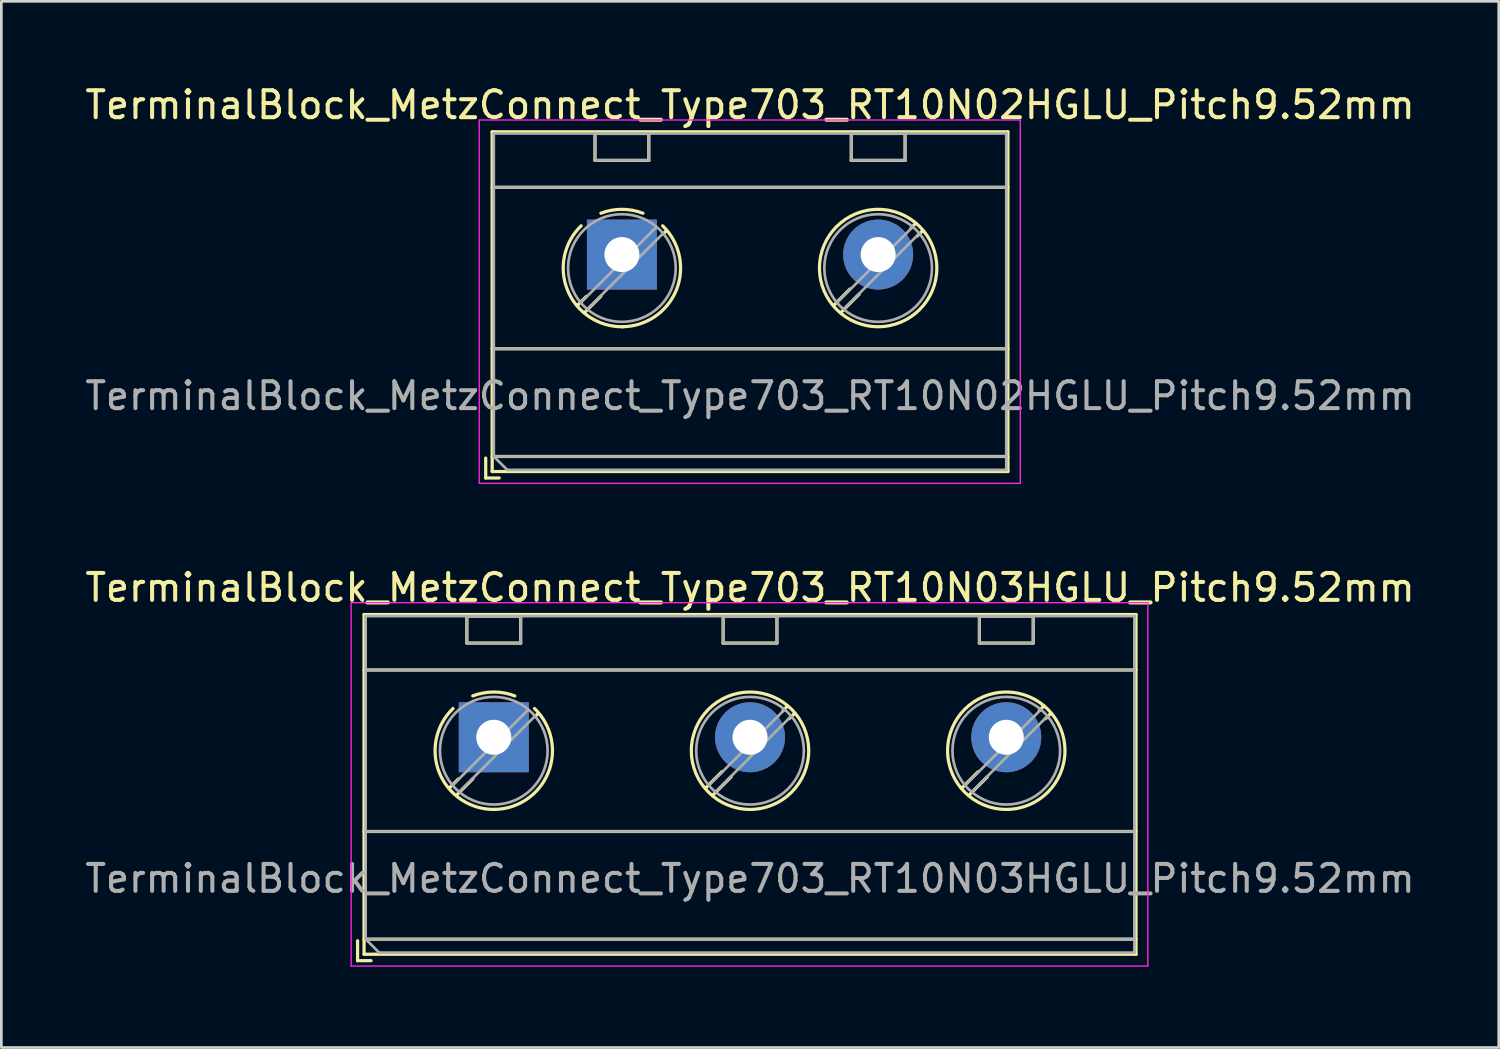
<source format=kicad_pcb>
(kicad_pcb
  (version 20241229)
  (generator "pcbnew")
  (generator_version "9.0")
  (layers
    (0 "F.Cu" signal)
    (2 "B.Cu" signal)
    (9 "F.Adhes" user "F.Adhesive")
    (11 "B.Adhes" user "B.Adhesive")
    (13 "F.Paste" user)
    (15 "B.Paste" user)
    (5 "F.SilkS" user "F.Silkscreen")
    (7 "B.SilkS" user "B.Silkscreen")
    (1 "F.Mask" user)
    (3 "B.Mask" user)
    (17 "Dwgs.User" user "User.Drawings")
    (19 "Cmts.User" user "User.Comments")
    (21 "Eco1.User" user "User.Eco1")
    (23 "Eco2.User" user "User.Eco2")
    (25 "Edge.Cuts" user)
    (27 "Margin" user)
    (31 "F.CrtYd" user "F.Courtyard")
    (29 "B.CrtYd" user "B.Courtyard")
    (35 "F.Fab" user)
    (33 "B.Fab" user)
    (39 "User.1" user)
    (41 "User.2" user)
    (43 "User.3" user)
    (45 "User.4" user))
  (footprint "TerminalBlock_MetzConnect_Type703_RT10N03HGLU_Pitch9.52mm"
    (layer "F.Cu")
    (at 15.295 24.341)
    (property "Reference" "TerminalBlock_MetzConnect_Type703_RT10N03HGLU_Pitch9.52mm" (at 9.52 -5.56 0) (layer "F.SilkS") (effects (font (size 1 1) (thickness 0.15))))
    (attr through_hole)
    (fp_line (start -5.06 7.56) (end -5.06 8.3) (stroke (width 0.12) (type solid)) (layer "F.SilkS"))
    (fp_line (start -5.06 8.3) (end -4.56 8.3) (stroke (width 0.12) (type solid)) (layer "F.SilkS"))
    (fp_line (start -4.82 -4.56) (end -4.82 8.06) (stroke (width 0.12) (type solid)) (layer "F.SilkS"))
    (fp_line (start -4.82 -2.5) (end 23.86 -2.5) (stroke (width 0.12) (type solid)) (layer "F.SilkS"))
    (fp_line (start -4.82 3.5) (end 23.86 3.5) (stroke (width 0.12) (type solid)) (layer "F.SilkS"))
    (fp_line (start -4.82 7.5) (end 23.86 7.5) (stroke (width 0.12) (type solid)) (layer "F.SilkS"))
    (fp_line (start -4.82 8.06) (end 23.86 8.06) (stroke (width 0.12) (type solid)) (layer "F.SilkS"))
    (fp_line (start -1.32 1.553) (end -1.654 1.888) (stroke (width 0.12) (type solid)) (layer "F.SilkS"))
    (fp_line (start -1 -4.5) (end -1 -3.5) (stroke (width 0.12) (type solid)) (layer "F.SilkS"))
    (fp_line (start -1 -4.5) (end 1 -4.5) (stroke (width 0.12) (type solid)) (layer "F.SilkS"))
    (fp_line (start -1 -3.5) (end 1 -3.5) (stroke (width 0.12) (type solid)) (layer "F.SilkS"))
    (fp_line (start -0.78 1.546) (end -1.388 2.154) (stroke (width 0.12) (type solid)) (layer "F.SilkS"))
    (fp_line (start 1 -4.5) (end 1 -3.5) (stroke (width 0.12) (type solid)) (layer "F.SilkS"))
    (fp_line (start 1.654 -0.888) (end 1.547 -0.781) (stroke (width 0.12) (type solid)) (layer "F.SilkS"))
    (fp_line (start 8.475 1.279) (end 7.867 1.888) (stroke (width 0.12) (type solid)) (layer "F.SilkS"))
    (fp_line (start 8.52 -4.5) (end 8.52 -3.5) (stroke (width 0.12) (type solid)) (layer "F.SilkS"))
    (fp_line (start 8.52 -4.5) (end 10.52 -4.5) (stroke (width 0.12) (type solid)) (layer "F.SilkS"))
    (fp_line (start 8.52 -3.5) (end 10.52 -3.5) (stroke (width 0.12) (type solid)) (layer "F.SilkS"))
    (fp_line (start 8.817 1.47) (end 8.133 2.154) (stroke (width 0.12) (type solid)) (layer "F.SilkS"))
    (fp_line (start 10.52 -4.5) (end 10.52 -3.5) (stroke (width 0.12) (type solid)) (layer "F.SilkS"))
    (fp_line (start 10.908 -1.154) (end 10.741 -0.986) (stroke (width 0.12) (type solid)) (layer "F.SilkS"))
    (fp_line (start 11.174 -0.888) (end 10.976 -0.69) (stroke (width 0.12) (type solid)) (layer "F.SilkS"))
    (fp_line (start 17.995 1.279) (end 17.387 1.888) (stroke (width 0.12) (type solid)) (layer "F.SilkS"))
    (fp_line (start 18.04 -4.5) (end 18.04 -3.5) (stroke (width 0.12) (type solid)) (layer "F.SilkS"))
    (fp_line (start 18.04 -4.5) (end 20.04 -4.5) (stroke (width 0.12) (type solid)) (layer "F.SilkS"))
    (fp_line (start 18.04 -3.5) (end 20.04 -3.5) (stroke (width 0.12) (type solid)) (layer "F.SilkS"))
    (fp_line (start 18.337 1.47) (end 17.653 2.154) (stroke (width 0.12) (type solid)) (layer "F.SilkS"))
    (fp_line (start 20.04 -4.5) (end 20.04 -3.5) (stroke (width 0.12) (type solid)) (layer "F.SilkS"))
    (fp_line (start 20.428 -1.154) (end 20.261 -0.986) (stroke (width 0.12) (type solid)) (layer "F.SilkS"))
    (fp_line (start 20.694 -0.888) (end 20.496 -0.69) (stroke (width 0.12) (type solid)) (layer "F.SilkS"))
    (fp_line (start 23.86 -4.56) (end -4.82 -4.56) (stroke (width 0.12) (type solid)) (layer "F.SilkS"))
    (fp_line (start 23.86 8.06) (end 23.86 -4.56) (stroke (width 0.12) (type solid)) (layer "F.SilkS"))
    (fp_arc (start -0.781211 -1.536303) (mid 0.000423 -1.681014) (end 0.782 -1.536) (stroke (width 0.12) (type solid)) (layer "F.SilkS"))
    (fp_arc (start 0.037945 2.680721) (mid -2.015074 1.334542) (end -1.515 -1.069) (stroke (width 0.12) (type solid)) (layer "F.SilkS"))
    (fp_arc (start 1.514355 -1.068161) (mid 2.021261 1.316642) (end 0 2.68) (stroke (width 0.12) (type solid)) (layer "F.SilkS"))
    (fp_circle (center 9.52 0.5) (end 11.7 0.5) (stroke (width 0.12) (type solid)) (fill no) (layer "F.SilkS"))
    (fp_circle (center 19.04 0.5) (end 21.22 0.5) (stroke (width 0.12) (type solid)) (fill no) (layer "F.SilkS"))
    (fp_line (start -5.3 -5) (end -5.3 8.5) (stroke (width 0.05) (type solid)) (layer "F.CrtYd"))
    (fp_line (start -5.3 8.5) (end 24.3 8.5) (stroke (width 0.05) (type solid)) (layer "F.CrtYd"))
    (fp_line (start 24.3 -5) (end -5.3 -5) (stroke (width 0.05) (type solid)) (layer "F.CrtYd"))
    (fp_line (start 24.3 8.5) (end 24.3 -5) (stroke (width 0.05) (type solid)) (layer "F.CrtYd"))
    (fp_line (start -4.76 -4.5) (end 23.8 -4.5) (stroke (width 0.1) (type solid)) (layer "F.Fab"))
    (fp_line (start -4.76 -2.5) (end 23.8 -2.5) (stroke (width 0.1) (type solid)) (layer "F.Fab"))
    (fp_line (start -4.76 3.5) (end 23.8 3.5) (stroke (width 0.1) (type solid)) (layer "F.Fab"))
    (fp_line (start -4.76 7.5) (end -4.76 -4.5) (stroke (width 0.1) (type solid)) (layer "F.Fab"))
    (fp_line (start -4.76 7.5) (end 23.8 7.5) (stroke (width 0.1) (type solid)) (layer "F.Fab"))
    (fp_line (start -4.26 8) (end -4.76 7.5) (stroke (width 0.1) (type solid)) (layer "F.Fab"))
    (fp_line (start -1 -4.5) (end -1 -3.5) (stroke (width 0.1) (type solid)) (layer "F.Fab"))
    (fp_line (start -1 -3.5) (end 1 -3.5) (stroke (width 0.1) (type solid)) (layer "F.Fab"))
    (fp_line (start 1 -4.5) (end -1 -4.5) (stroke (width 0.1) (type solid)) (layer "F.Fab"))
    (fp_line (start 1 -3.5) (end 1 -4.5) (stroke (width 0.1) (type solid)) (layer "F.Fab"))
    (fp_line (start 1.273 -1.017) (end -1.517 1.773) (stroke (width 0.1) (type solid)) (layer "F.Fab"))
    (fp_line (start 1.517 -0.773) (end -1.273 2.017) (stroke (width 0.1) (type solid)) (layer "F.Fab"))
    (fp_line (start 8.52 -4.5) (end 8.52 -3.5) (stroke (width 0.1) (type solid)) (layer "F.Fab"))
    (fp_line (start 8.52 -3.5) (end 10.52 -3.5) (stroke (width 0.1) (type solid)) (layer "F.Fab"))
    (fp_line (start 10.52 -4.5) (end 8.52 -4.5) (stroke (width 0.1) (type solid)) (layer "F.Fab"))
    (fp_line (start 10.52 -3.5) (end 10.52 -4.5) (stroke (width 0.1) (type solid)) (layer "F.Fab"))
    (fp_line (start 10.793 -1.017) (end 8.004 1.773) (stroke (width 0.1) (type solid)) (layer "F.Fab"))
    (fp_line (start 11.037 -0.773) (end 8.248 2.017) (stroke (width 0.1) (type solid)) (layer "F.Fab"))
    (fp_line (start 18.04 -4.5) (end 18.04 -3.5) (stroke (width 0.1) (type solid)) (layer "F.Fab"))
    (fp_line (start 18.04 -3.5) (end 20.04 -3.5) (stroke (width 0.1) (type solid)) (layer "F.Fab"))
    (fp_line (start 20.04 -4.5) (end 18.04 -4.5) (stroke (width 0.1) (type solid)) (layer "F.Fab"))
    (fp_line (start 20.04 -3.5) (end 20.04 -4.5) (stroke (width 0.1) (type solid)) (layer "F.Fab"))
    (fp_line (start 20.313 -1.017) (end 17.524 1.773) (stroke (width 0.1) (type solid)) (layer "F.Fab"))
    (fp_line (start 20.557 -0.773) (end 17.768 2.017) (stroke (width 0.1) (type solid)) (layer "F.Fab"))
    (fp_line (start 23.8 -4.5) (end 23.8 8) (stroke (width 0.1) (type solid)) (layer "F.Fab"))
    (fp_line (start 23.8 8) (end -4.26 8) (stroke (width 0.1) (type solid)) (layer "F.Fab"))
    (fp_circle (center 0 0.5) (end 2 0.5) (stroke (width 0.1) (type solid)) (fill no) (layer "F.Fab"))
    (fp_circle (center 9.52 0.5) (end 11.52 0.5) (stroke (width 0.1) (type solid)) (fill no) (layer "F.Fab"))
    (fp_circle (center 19.04 0.5) (end 21.04 0.5) (stroke (width 0.1) (type solid)) (fill no) (layer "F.Fab"))
    (fp_text user "${REFERENCE}" (at 9.52 5.25 0) (layer "F.Fab") (effects (font (size 1 1) (thickness 0.15))))
    (pad "1" thru_hole rect (at 0 0) (size 2.6 2.6) (drill 1.3) (layers "*.Cu" "*.Mask"))
    (pad "2" thru_hole circle (at 9.52 0) (size 2.6 2.6) (drill 1.3) (layers "*.Cu" "*.Mask"))
    (pad "3" thru_hole circle (at 19.04 0) (size 2.6 2.6) (drill 1.3) (layers "*.Cu" "*.Mask")))
  (footprint "TerminalBlock_MetzConnect_Type703_RT10N02HGLU_Pitch9.52mm"
    (layer "F.Cu")
    (at 20.055 6.408)
    (property "Reference" "TerminalBlock_MetzConnect_Type703_RT10N02HGLU_Pitch9.52mm" (at 4.76 -5.56 0) (layer "F.SilkS") (effects (font (size 1 1) (thickness 0.15))))
    (attr through_hole)
    (fp_line (start -5.06 7.56) (end -5.06 8.3) (stroke (width 0.12) (type solid)) (layer "F.SilkS"))
    (fp_line (start -5.06 8.3) (end -4.56 8.3) (stroke (width 0.12) (type solid)) (layer "F.SilkS"))
    (fp_line (start -4.82 -4.56) (end -4.82 8.06) (stroke (width 0.12) (type solid)) (layer "F.SilkS"))
    (fp_line (start -4.82 -2.5) (end 14.34 -2.5) (stroke (width 0.12) (type solid)) (layer "F.SilkS"))
    (fp_line (start -4.82 3.5) (end 14.34 3.5) (stroke (width 0.12) (type solid)) (layer "F.SilkS"))
    (fp_line (start -4.82 7.5) (end 14.34 7.5) (stroke (width 0.12) (type solid)) (layer "F.SilkS"))
    (fp_line (start -4.82 8.06) (end 14.34 8.06) (stroke (width 0.12) (type solid)) (layer "F.SilkS"))
    (fp_line (start -1.32 1.553) (end -1.654 1.888) (stroke (width 0.12) (type solid)) (layer "F.SilkS"))
    (fp_line (start -1 -4.5) (end -1 -3.5) (stroke (width 0.12) (type solid)) (layer "F.SilkS"))
    (fp_line (start -1 -4.5) (end 1 -4.5) (stroke (width 0.12) (type solid)) (layer "F.SilkS"))
    (fp_line (start -1 -3.5) (end 1 -3.5) (stroke (width 0.12) (type solid)) (layer "F.SilkS"))
    (fp_line (start -0.78 1.546) (end -1.388 2.154) (stroke (width 0.12) (type solid)) (layer "F.SilkS"))
    (fp_line (start 1 -4.5) (end 1 -3.5) (stroke (width 0.12) (type solid)) (layer "F.SilkS"))
    (fp_line (start 1.654 -0.888) (end 1.547 -0.781) (stroke (width 0.12) (type solid)) (layer "F.SilkS"))
    (fp_line (start 8.475 1.279) (end 7.867 1.888) (stroke (width 0.12) (type solid)) (layer "F.SilkS"))
    (fp_line (start 8.52 -4.5) (end 8.52 -3.5) (stroke (width 0.12) (type solid)) (layer "F.SilkS"))
    (fp_line (start 8.52 -4.5) (end 10.52 -4.5) (stroke (width 0.12) (type solid)) (layer "F.SilkS"))
    (fp_line (start 8.52 -3.5) (end 10.52 -3.5) (stroke (width 0.12) (type solid)) (layer "F.SilkS"))
    (fp_line (start 8.817 1.47) (end 8.133 2.154) (stroke (width 0.12) (type solid)) (layer "F.SilkS"))
    (fp_line (start 10.52 -4.5) (end 10.52 -3.5) (stroke (width 0.12) (type solid)) (layer "F.SilkS"))
    (fp_line (start 10.908 -1.154) (end 10.741 -0.986) (stroke (width 0.12) (type solid)) (layer "F.SilkS"))
    (fp_line (start 11.174 -0.888) (end 10.976 -0.69) (stroke (width 0.12) (type solid)) (layer "F.SilkS"))
    (fp_line (start 14.34 -4.56) (end -4.82 -4.56) (stroke (width 0.12) (type solid)) (layer "F.SilkS"))
    (fp_line (start 14.34 8.06) (end 14.34 -4.56) (stroke (width 0.12) (type solid)) (layer "F.SilkS"))
    (fp_arc (start -0.781211 -1.536303) (mid 0.000423 -1.681014) (end 0.782 -1.536) (stroke (width 0.12) (type solid)) (layer "F.SilkS"))
    (fp_arc (start 0.037945 2.680721) (mid -2.015074 1.334542) (end -1.515 -1.069) (stroke (width 0.12) (type solid)) (layer "F.SilkS"))
    (fp_arc (start 1.514355 -1.068161) (mid 2.021261 1.316642) (end 0 2.68) (stroke (width 0.12) (type solid)) (layer "F.SilkS"))
    (fp_circle (center 9.52 0.5) (end 11.7 0.5) (stroke (width 0.12) (type solid)) (fill no) (layer "F.SilkS"))
    (fp_line (start -5.3 -5) (end -5.3 8.5) (stroke (width 0.05) (type solid)) (layer "F.CrtYd"))
    (fp_line (start -5.3 8.5) (end 14.8 8.5) (stroke (width 0.05) (type solid)) (layer "F.CrtYd"))
    (fp_line (start 14.8 -5) (end -5.3 -5) (stroke (width 0.05) (type solid)) (layer "F.CrtYd"))
    (fp_line (start 14.8 8.5) (end 14.8 -5) (stroke (width 0.05) (type solid)) (layer "F.CrtYd"))
    (fp_line (start -4.76 -4.5) (end 14.28 -4.5) (stroke (width 0.1) (type solid)) (layer "F.Fab"))
    (fp_line (start -4.76 -2.5) (end 14.28 -2.5) (stroke (width 0.1) (type solid)) (layer "F.Fab"))
    (fp_line (start -4.76 3.5) (end 14.28 3.5) (stroke (width 0.1) (type solid)) (layer "F.Fab"))
    (fp_line (start -4.76 7.5) (end -4.76 -4.5) (stroke (width 0.1) (type solid)) (layer "F.Fab"))
    (fp_line (start -4.76 7.5) (end 14.28 7.5) (stroke (width 0.1) (type solid)) (layer "F.Fab"))
    (fp_line (start -4.26 8) (end -4.76 7.5) (stroke (width 0.1) (type solid)) (layer "F.Fab"))
    (fp_line (start -1 -4.5) (end -1 -3.5) (stroke (width 0.1) (type solid)) (layer "F.Fab"))
    (fp_line (start -1 -3.5) (end 1 -3.5) (stroke (width 0.1) (type solid)) (layer "F.Fab"))
    (fp_line (start 1 -4.5) (end -1 -4.5) (stroke (width 0.1) (type solid)) (layer "F.Fab"))
    (fp_line (start 1 -3.5) (end 1 -4.5) (stroke (width 0.1) (type solid)) (layer "F.Fab"))
    (fp_line (start 1.273 -1.017) (end -1.517 1.773) (stroke (width 0.1) (type solid)) (layer "F.Fab"))
    (fp_line (start 1.517 -0.773) (end -1.273 2.017) (stroke (width 0.1) (type solid)) (layer "F.Fab"))
    (fp_line (start 8.52 -4.5) (end 8.52 -3.5) (stroke (width 0.1) (type solid)) (layer "F.Fab"))
    (fp_line (start 8.52 -3.5) (end 10.52 -3.5) (stroke (width 0.1) (type solid)) (layer "F.Fab"))
    (fp_line (start 10.52 -4.5) (end 8.52 -4.5) (stroke (width 0.1) (type solid)) (layer "F.Fab"))
    (fp_line (start 10.52 -3.5) (end 10.52 -4.5) (stroke (width 0.1) (type solid)) (layer "F.Fab"))
    (fp_line (start 10.793 -1.017) (end 8.004 1.773) (stroke (width 0.1) (type solid)) (layer "F.Fab"))
    (fp_line (start 11.037 -0.773) (end 8.248 2.017) (stroke (width 0.1) (type solid)) (layer "F.Fab"))
    (fp_line (start 14.28 -4.5) (end 14.28 8) (stroke (width 0.1) (type solid)) (layer "F.Fab"))
    (fp_line (start 14.28 8) (end -4.26 8) (stroke (width 0.1) (type solid)) (layer "F.Fab"))
    (fp_circle (center 0 0.5) (end 2 0.5) (stroke (width 0.1) (type solid)) (fill no) (layer "F.Fab"))
    (fp_circle (center 9.52 0.5) (end 11.52 0.5) (stroke (width 0.1) (type solid)) (fill no) (layer "F.Fab"))
    (fp_text user "${REFERENCE}" (at 4.76 5.25 0) (layer "F.Fab") (effects (font (size 1 1) (thickness 0.15))))
    (pad "1" thru_hole rect (at 0 0) (size 2.6 2.6) (drill 1.3) (layers "*.Cu" "*.Mask"))
    (pad "2" thru_hole circle (at 9.52 0) (size 2.6 2.6) (drill 1.3) (layers "*.Cu" "*.Mask")))
  (gr_rect
    (start -3 -3)
    (end 52.631 35.867)
    (stroke (width 0.1) (type default))
    (fill no)
    (layer "Edge.Cuts")))
</source>
